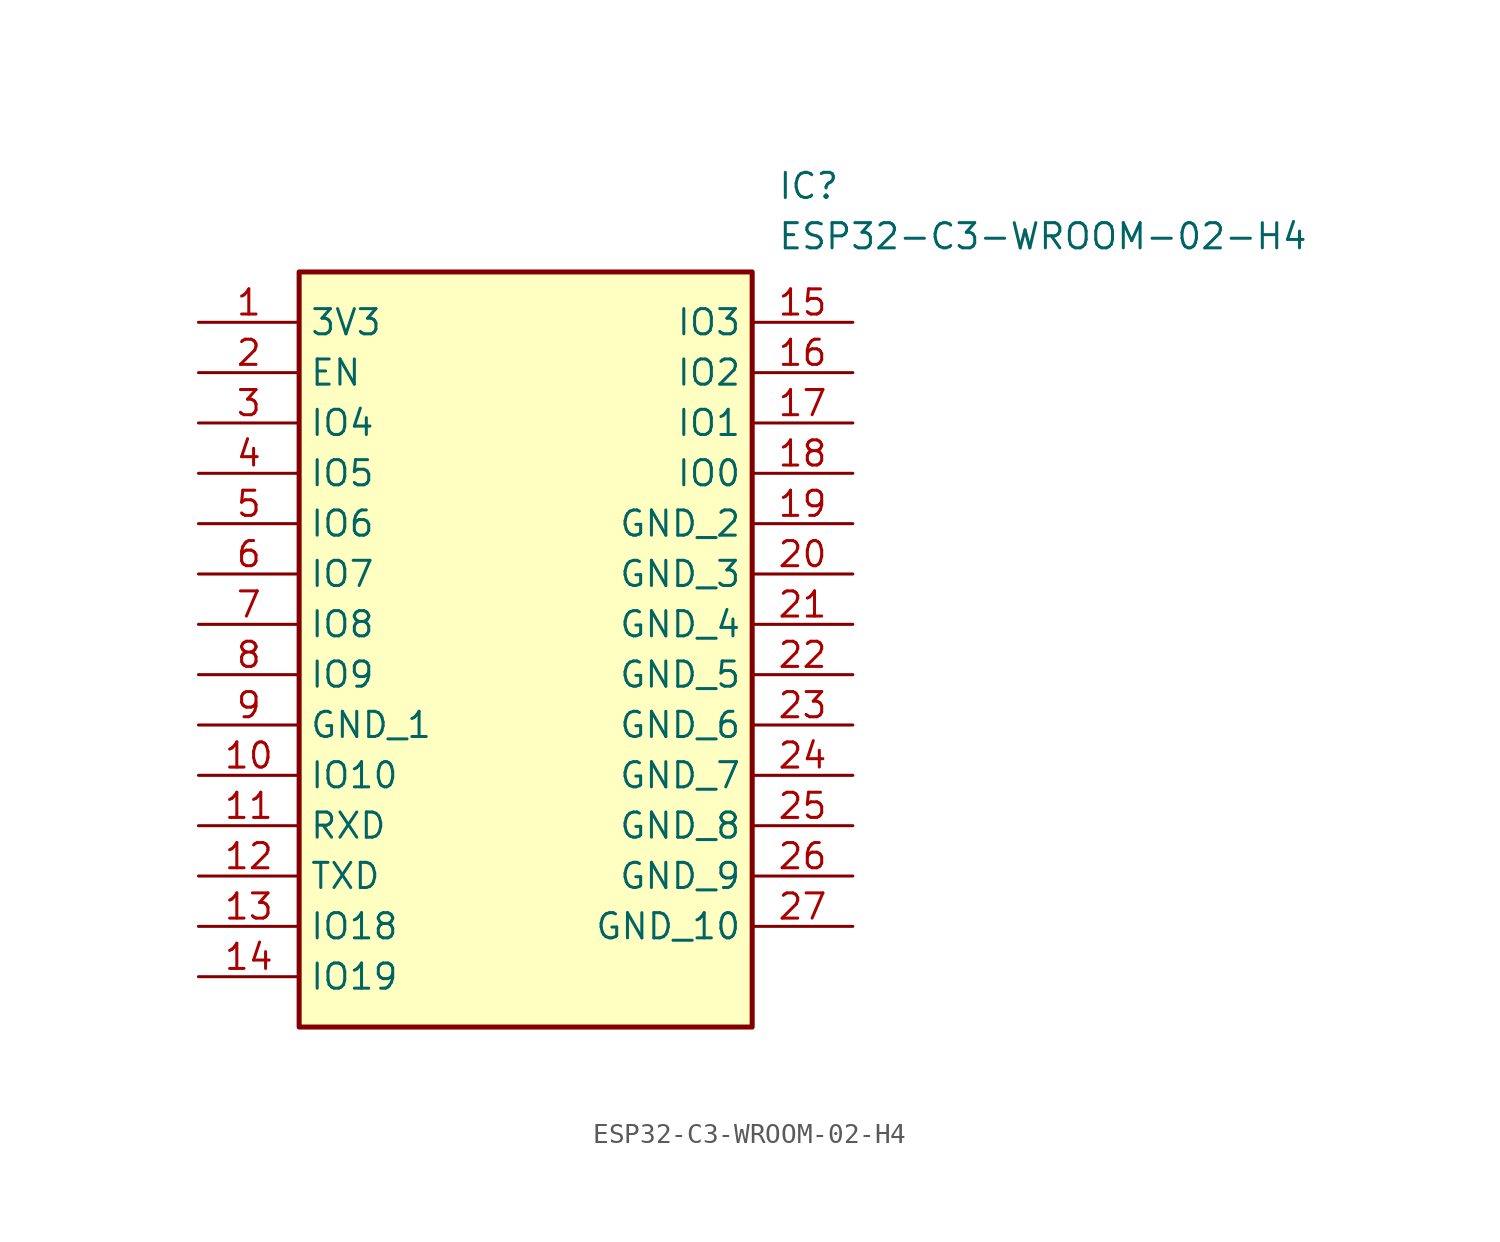
<source format=kicad_sym>
(kicad_symbol_lib
  (version 20211014)
  (generator SamacSys_ECAD_Model)
  (symbol "ESP32-C3-WROOM-02-H4"
    (property "Reference" "IC"
      (at 29.21 7.62 0)
      (effects (font (size 1.27 1.27)) (justify left top)))
    (property "Value" "ESP32-C3-WROOM-02-H4"
      (at 29.21 5.08 0)
      (effects (font (size 1.27 1.27)) (justify left top)))
    (rectangle
      (start 5.08 2.54)
      (end 27.94 -35.56)
      (stroke (width 0.254) (type default))
      (fill (type background)))
    (pin passive line
      (at 0 0 0)
      (length 5.08)
      (name "3V3" (effects (font (size 1.27 1.27))))
      (number "1" (effects (font (size 1.27 1.27)))))
    (pin passive line
      (at 0 -2.54 0)
      (length 5.08)
      (name "EN" (effects (font (size 1.27 1.27))))
      (number "2" (effects (font (size 1.27 1.27)))))
    (pin passive line
      (at 0 -5.08 0)
      (length 5.08)
      (name "IO4" (effects (font (size 1.27 1.27))))
      (number "3" (effects (font (size 1.27 1.27)))))
    (pin passive line
      (at 0 -7.62 0)
      (length 5.08)
      (name "IO5" (effects (font (size 1.27 1.27))))
      (number "4" (effects (font (size 1.27 1.27)))))
    (pin passive line
      (at 0 -10.16 0)
      (length 5.08)
      (name "IO6" (effects (font (size 1.27 1.27))))
      (number "5" (effects (font (size 1.27 1.27)))))
    (pin passive line
      (at 0 -12.7 0)
      (length 5.08)
      (name "IO7" (effects (font (size 1.27 1.27))))
      (number "6" (effects (font (size 1.27 1.27)))))
    (pin passive line
      (at 0 -15.24 0)
      (length 5.08)
      (name "IO8" (effects (font (size 1.27 1.27))))
      (number "7" (effects (font (size 1.27 1.27)))))
    (pin passive line
      (at 0 -17.78 0)
      (length 5.08)
      (name "IO9" (effects (font (size 1.27 1.27))))
      (number "8" (effects (font (size 1.27 1.27)))))
    (pin passive line
      (at 0 -20.32 0)
      (length 5.08)
      (name "GND_1" (effects (font (size 1.27 1.27))))
      (number "9" (effects (font (size 1.27 1.27)))))
    (pin passive line
      (at 0 -22.86 0)
      (length 5.08)
      (name "IO10" (effects (font (size 1.27 1.27))))
      (number "10" (effects (font (size 1.27 1.27)))))
    (pin passive line
      (at 0 -25.4 0)
      (length 5.08)
      (name "RXD" (effects (font (size 1.27 1.27))))
      (number "11" (effects (font (size 1.27 1.27)))))
    (pin passive line
      (at 0 -27.94 0)
      (length 5.08)
      (name "TXD" (effects (font (size 1.27 1.27))))
      (number "12" (effects (font (size 1.27 1.27)))))
    (pin passive line
      (at 0 -30.48 0)
      (length 5.08)
      (name "IO18" (effects (font (size 1.27 1.27))))
      (number "13" (effects (font (size 1.27 1.27)))))
    (pin passive line
      (at 0 -33.02 0)
      (length 5.08)
      (name "IO19" (effects (font (size 1.27 1.27))))
      (number "14" (effects (font (size 1.27 1.27)))))
    (pin passive line
      (at 33.02 0 180)
      (length 5.08)
      (name "IO3" (effects (font (size 1.27 1.27))))
      (number "15" (effects (font (size 1.27 1.27)))))
    (pin passive line
      (at 33.02 -2.54 180)
      (length 5.08)
      (name "IO2" (effects (font (size 1.27 1.27))))
      (number "16" (effects (font (size 1.27 1.27)))))
    (pin passive line
      (at 33.02 -5.08 180)
      (length 5.08)
      (name "IO1" (effects (font (size 1.27 1.27))))
      (number "17" (effects (font (size 1.27 1.27)))))
    (pin passive line
      (at 33.02 -7.62 180)
      (length 5.08)
      (name "IO0" (effects (font (size 1.27 1.27))))
      (number "18" (effects (font (size 1.27 1.27)))))
    (pin passive line
      (at 33.02 -10.16 180)
      (length 5.08)
      (name "GND_2" (effects (font (size 1.27 1.27))))
      (number "19" (effects (font (size 1.27 1.27)))))
    (pin passive line
      (at 33.02 -12.7 180)
      (length 5.08)
      (name "GND_3" (effects (font (size 1.27 1.27))))
      (number "20" (effects (font (size 1.27 1.27)))))
    (pin passive line
      (at 33.02 -15.24 180)
      (length 5.08)
      (name "GND_4" (effects (font (size 1.27 1.27))))
      (number "21" (effects (font (size 1.27 1.27)))))
    (pin passive line
      (at 33.02 -17.78 180)
      (length 5.08)
      (name "GND_5" (effects (font (size 1.27 1.27))))
      (number "22" (effects (font (size 1.27 1.27)))))
    (pin passive line
      (at 33.02 -20.32 180)
      (length 5.08)
      (name "GND_6" (effects (font (size 1.27 1.27))))
      (number "23" (effects (font (size 1.27 1.27)))))
    (pin passive line
      (at 33.02 -22.86 180)
      (length 5.08)
      (name "GND_7" (effects (font (size 1.27 1.27))))
      (number "24" (effects (font (size 1.27 1.27)))))
    (pin passive line
      (at 33.02 -25.4 180)
      (length 5.08)
      (name "GND_8" (effects (font (size 1.27 1.27))))
      (number "25" (effects (font (size 1.27 1.27)))))
    (pin passive line
      (at 33.02 -27.94 180)
      (length 5.08)
      (name "GND_9" (effects (font (size 1.27 1.27))))
      (number "26" (effects (font (size 1.27 1.27)))))
    (pin passive line
      (at 33.02 -30.48 180)
      (length 5.08)
      (name "GND_10" (effects (font (size 1.27 1.27))))
      (number "27" (effects (font (size 1.27 1.27)))))))
</source>
